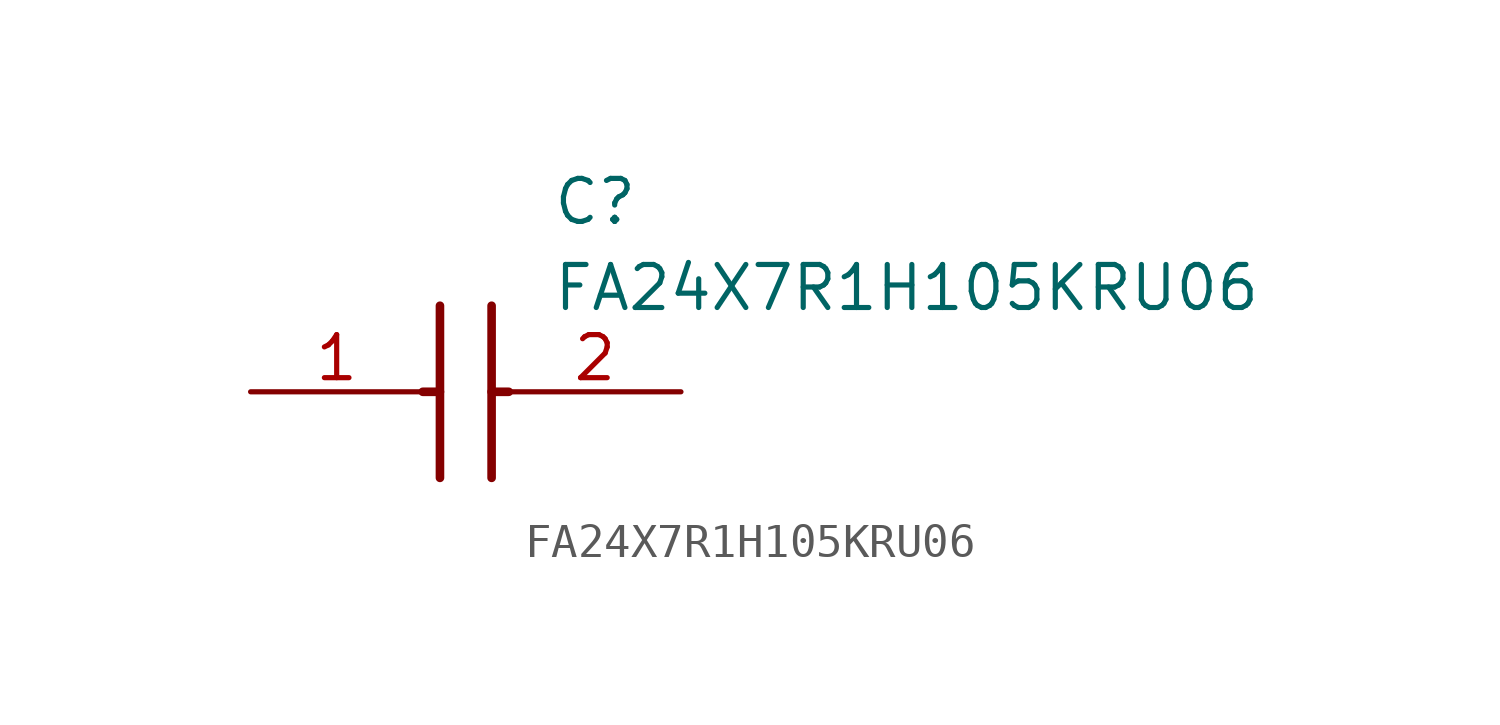
<source format=kicad_sym>
(kicad_symbol_lib
  (version 20211014)
  (generator SamacSys_ECAD_Model)
  (symbol "FA24X7R1H105KRU06"
    (pin_names hide)
    (property "Reference" "C"
      (at 8.89 6.35 0)
      (effects (font (size 1.27 1.27)) (justify left top)))
    (property "Value" "FA24X7R1H105KRU06"
      (at 8.89 3.81 0)
      (effects (font (size 1.27 1.27)) (justify left top)))
    (polyline
      (pts (xy 5.588 2.54) (xy 5.588 -2.54))
      (stroke (width 0.254) (type default))
      (fill (type none)))
    (polyline
      (pts (xy 7.112 2.54) (xy 7.112 -2.54))
      (stroke (width 0.254) (type default))
      (fill (type none)))
    (polyline
      (pts (xy 5.08 0) (xy 5.588 0))
      (stroke (width 0.254) (type default))
      (fill (type none)))
    (polyline
      (pts (xy 7.112 0) (xy 7.62 0))
      (stroke (width 0.254) (type default))
      (fill (type none)))
    (pin passive line
      (at 0 0 0)
      (length 5.08)
      (name "1" (effects (font (size 1.27 1.27))))
      (number "1" (effects (font (size 1.27 1.27)))))
    (pin passive line
      (at 12.7 0 180)
      (length 5.08)
      (name "2" (effects (font (size 1.27 1.27))))
      (number "2" (effects (font (size 1.27 1.27)))))))
</source>
